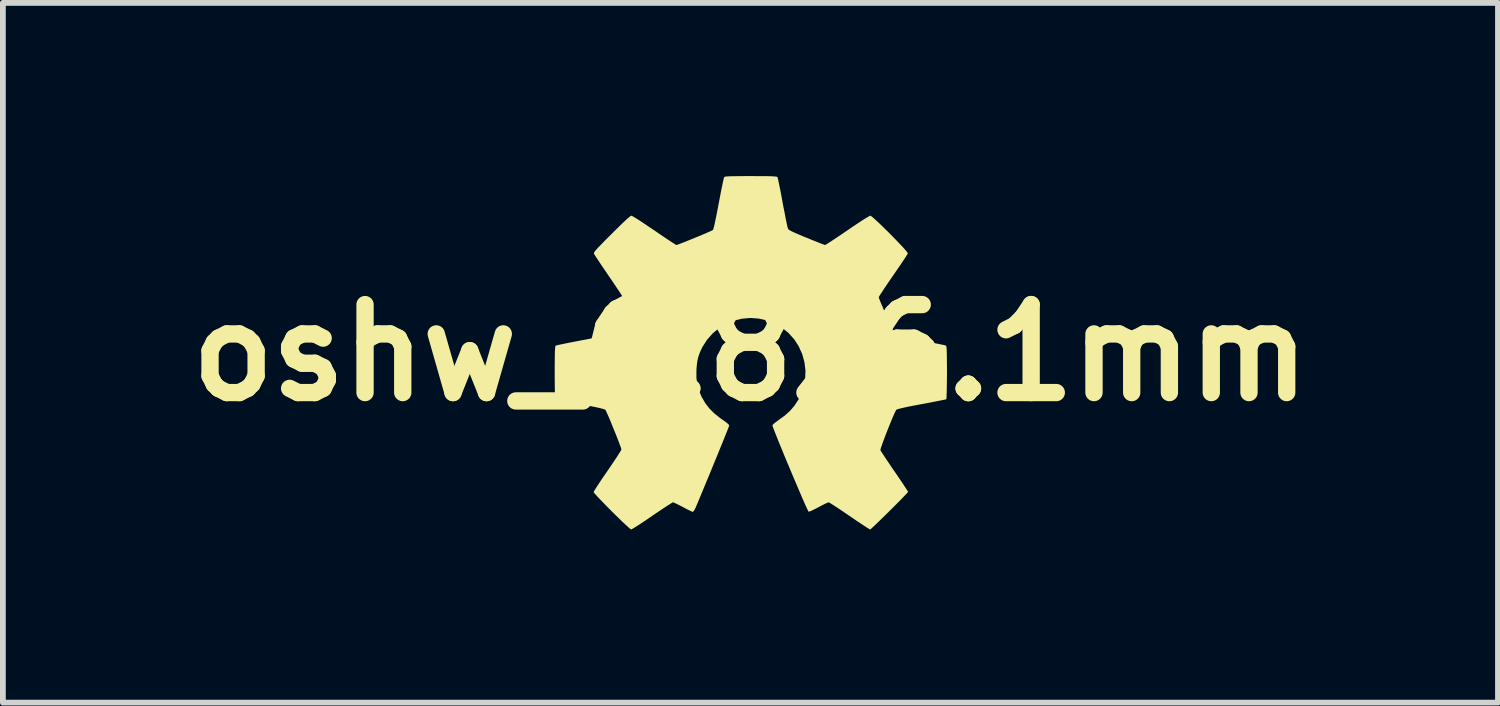
<source format=kicad_pcb>
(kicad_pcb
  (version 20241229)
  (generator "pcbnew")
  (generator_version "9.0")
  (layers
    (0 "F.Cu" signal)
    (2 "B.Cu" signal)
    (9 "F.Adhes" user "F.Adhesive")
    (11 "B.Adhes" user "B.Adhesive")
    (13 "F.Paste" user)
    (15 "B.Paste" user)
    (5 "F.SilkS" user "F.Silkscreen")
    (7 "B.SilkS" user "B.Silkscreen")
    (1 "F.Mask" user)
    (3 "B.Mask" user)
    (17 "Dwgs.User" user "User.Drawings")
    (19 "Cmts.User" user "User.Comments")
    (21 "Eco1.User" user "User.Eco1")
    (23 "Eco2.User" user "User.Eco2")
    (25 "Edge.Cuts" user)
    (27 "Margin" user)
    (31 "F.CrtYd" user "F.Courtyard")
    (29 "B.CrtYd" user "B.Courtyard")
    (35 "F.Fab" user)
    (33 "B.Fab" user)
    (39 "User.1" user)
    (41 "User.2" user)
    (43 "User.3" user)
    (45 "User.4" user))
  (footprint "oshw_6.8x6.1mm"
    (layer "F.Cu")
    (at 9.95 3.061)
    (property "Reference" "oshw_6.8x6.1mm" (at 0 0 0) (layer "F.SilkS") (effects (font (size 1.524 1.524) (thickness 0.3))))
    (attr through_hole)
    (fp_poly (pts (xy 0.132 -3.06) (xy 0.234 -3.06) (xy 0.315 -3.059) (xy 0.377 -3.057) (xy 0.42 -3.054) (xy 0.449 -3.051) (xy 0.464 -3.047) (xy 0.467 -3.045) (xy 0.472 -3.029) (xy 0.481 -2.991) (xy 0.493 -2.934) (xy 0.508 -2.861) (xy 0.525 -2.776) (xy 0.543 -2.68) (xy 0.557 -2.603) (xy 0.576 -2.502) (xy 0.595 -2.407) (xy 0.611 -2.322) (xy 0.626 -2.25) (xy 0.638 -2.195) (xy 0.647 -2.159) (xy 0.651 -2.148) (xy 0.661 -2.136) (xy 0.682 -2.121) (xy 0.716 -2.103) (xy 0.765 -2.08) (xy 0.832 -2.051) (xy 0.919 -2.014) (xy 0.972 -1.993) (xy 1.054 -1.959) (xy 1.13 -1.929) (xy 1.195 -1.903) (xy 1.246 -1.883) (xy 1.28 -1.871) (xy 1.293 -1.867) (xy 1.307 -1.874) (xy 1.339 -1.894) (xy 1.388 -1.925) (xy 1.449 -1.965) (xy 1.522 -2.014) (xy 1.603 -2.069) (xy 1.68 -2.121) (xy 1.766 -2.18) (xy 1.847 -2.234) (xy 1.92 -2.282) (xy 1.982 -2.322) (xy 2.031 -2.351) (xy 2.063 -2.37) (xy 2.076 -2.375) (xy 2.092 -2.366) (xy 2.123 -2.342) (xy 2.165 -2.304) (xy 2.218 -2.256) (xy 2.277 -2.199) (xy 2.341 -2.136) (xy 2.408 -2.07) (xy 2.474 -2.003) (xy 2.537 -1.938) (xy 2.595 -1.877) (xy 2.646 -1.823) (xy 2.686 -1.778) (xy 2.713 -1.744) (xy 2.726 -1.725) (xy 2.726 -1.722) (xy 2.72 -1.71) (xy 2.708 -1.69) (xy 2.689 -1.66) (xy 2.662 -1.618) (xy 2.625 -1.563) (xy 2.577 -1.493) (xy 2.518 -1.406) (xy 2.446 -1.302) (xy 2.404 -1.241) (xy 2.355 -1.169) (xy 2.31 -1.102) (xy 2.273 -1.045) (xy 2.244 -1.001) (xy 2.227 -0.972) (xy 2.223 -0.961) (xy 2.227 -0.944) (xy 2.241 -0.908) (xy 2.262 -0.856) (xy 2.289 -0.793) (xy 2.319 -0.721) (xy 2.352 -0.645) (xy 2.385 -0.568) (xy 2.417 -0.495) (xy 2.447 -0.429) (xy 2.472 -0.374) (xy 2.492 -0.333) (xy 2.504 -0.311) (xy 2.506 -0.308) (xy 2.522 -0.302) (xy 2.56 -0.292) (xy 2.617 -0.279) (xy 2.689 -0.264) (xy 2.775 -0.246) (xy 2.871 -0.228) (xy 2.947 -0.214) (xy 3.048 -0.195) (xy 3.141 -0.177) (xy 3.224 -0.16) (xy 3.293 -0.146) (xy 3.345 -0.135) (xy 3.378 -0.127) (xy 3.388 -0.123) (xy 3.392 -0.114) (xy 3.396 -0.092) (xy 3.399 -0.056) (xy 3.401 -0.003) (xy 3.402 0.068) (xy 3.403 0.159) (xy 3.404 0.273) (xy 3.404 0.344) (xy 3.403 0.449) (xy 3.402 0.546) (xy 3.401 0.631) (xy 3.399 0.703) (xy 3.397 0.758) (xy 3.395 0.793) (xy 3.393 0.805) (xy 3.378 0.809) (xy 3.341 0.817) (xy 3.286 0.828) (xy 3.214 0.842) (xy 3.129 0.859) (xy 3.035 0.877) (xy 2.964 0.89) (xy 2.836 0.914) (xy 2.732 0.934) (xy 2.651 0.952) (xy 2.591 0.966) (xy 2.551 0.977) (xy 2.529 0.986) (xy 2.526 0.988) (xy 2.515 1.007) (xy 2.497 1.045) (xy 2.473 1.098) (xy 2.445 1.164) (xy 2.415 1.238) (xy 2.383 1.317) (xy 2.352 1.396) (xy 2.323 1.473) (xy 2.296 1.544) (xy 2.275 1.604) (xy 2.259 1.65) (xy 2.252 1.679) (xy 2.251 1.686) (xy 2.259 1.702) (xy 2.281 1.735) (xy 2.313 1.785) (xy 2.354 1.847) (xy 2.403 1.919) (xy 2.457 2) (xy 2.494 2.053) (xy 2.551 2.136) (xy 2.603 2.213) (xy 2.648 2.28) (xy 2.685 2.336) (xy 2.712 2.378) (xy 2.728 2.403) (xy 2.731 2.409) (xy 2.722 2.421) (xy 2.697 2.448) (xy 2.659 2.488) (xy 2.611 2.538) (xy 2.554 2.596) (xy 2.491 2.659) (xy 2.425 2.725) (xy 2.358 2.791) (xy 2.292 2.856) (xy 2.231 2.915) (xy 2.176 2.968) (xy 2.131 3.011) (xy 2.097 3.042) (xy 2.077 3.059) (xy 2.073 3.061) (xy 2.059 3.054) (xy 2.027 3.034) (xy 1.979 3.003) (xy 1.918 2.963) (xy 1.846 2.915) (xy 1.767 2.861) (xy 1.715 2.826) (xy 1.632 2.769) (xy 1.555 2.717) (xy 1.487 2.672) (xy 1.43 2.635) (xy 1.387 2.608) (xy 1.361 2.593) (xy 1.354 2.591) (xy 1.336 2.597) (xy 1.301 2.612) (xy 1.253 2.636) (xy 1.197 2.665) (xy 1.181 2.674) (xy 1.123 2.704) (xy 1.072 2.729) (xy 1.033 2.746) (xy 1.01 2.753) (xy 1.008 2.753) (xy 1 2.741) (xy 0.984 2.708) (xy 0.96 2.657) (xy 0.93 2.589) (xy 0.894 2.507) (xy 0.854 2.413) (xy 0.81 2.311) (xy 0.764 2.202) (xy 0.716 2.089) (xy 0.668 1.974) (xy 0.62 1.86) (xy 0.574 1.749) (xy 0.531 1.643) (xy 0.491 1.546) (xy 0.456 1.458) (xy 0.426 1.384) (xy 0.403 1.324) (xy 0.388 1.283) (xy 0.381 1.261) (xy 0.381 1.259) (xy 0.391 1.242) (xy 0.42 1.216) (xy 0.463 1.184) (xy 0.483 1.169) (xy 0.596 1.087) (xy 0.689 1.003) (xy 0.765 0.913) (xy 0.831 0.811) (xy 0.87 0.735) (xy 0.92 0.599) (xy 0.948 0.457) (xy 0.953 0.311) (xy 0.936 0.166) (xy 0.897 0.024) (xy 0.836 -0.112) (xy 0.758 -0.233) (xy 0.658 -0.344) (xy 0.544 -0.436) (xy 0.417 -0.509) (xy 0.282 -0.561) (xy 0.14 -0.593) (xy -0.005 -0.603) (xy -0.151 -0.59) (xy -0.295 -0.555) (xy -0.413 -0.507) (xy -0.538 -0.432) (xy -0.652 -0.338) (xy -0.75 -0.228) (xy -0.828 -0.107) (xy -0.831 -0.102) (xy -0.873 -0.014) (xy -0.902 0.065) (xy -0.921 0.147) (xy -0.932 0.238) (xy -0.936 0.305) (xy -0.936 0.434) (xy -0.922 0.548) (xy -0.893 0.655) (xy -0.847 0.761) (xy -0.845 0.765) (xy -0.784 0.871) (xy -0.713 0.964) (xy -0.628 1.049) (xy -0.525 1.131) (xy -0.469 1.17) (xy -0.423 1.203) (xy -0.389 1.232) (xy -0.37 1.253) (xy -0.368 1.259) (xy -0.373 1.274) (xy -0.387 1.312) (xy -0.41 1.37) (xy -0.441 1.447) (xy -0.479 1.542) (xy -0.525 1.654) (xy -0.576 1.78) (xy -0.634 1.92) (xy -0.696 2.073) (xy -0.764 2.236) (xy -0.835 2.408) (xy -0.91 2.588) (xy -0.939 2.657) (xy -0.961 2.706) (xy -0.981 2.74) (xy -0.996 2.755) (xy -0.998 2.756) (xy -1.016 2.75) (xy -1.051 2.734) (xy -1.098 2.711) (xy -1.154 2.681) (xy -1.169 2.673) (xy -1.227 2.643) (xy -1.278 2.618) (xy -1.317 2.6) (xy -1.339 2.591) (xy -1.342 2.591) (xy -1.357 2.598) (xy -1.39 2.618) (xy -1.438 2.648) (xy -1.5 2.689) (xy -1.572 2.737) (xy -1.652 2.791) (xy -1.703 2.826) (xy -1.786 2.883) (xy -1.863 2.934) (xy -1.932 2.98) (xy -1.989 3.016) (xy -2.033 3.043) (xy -2.059 3.058) (xy -2.066 3.061) (xy -2.08 3.052) (xy -2.11 3.027) (xy -2.153 2.988) (xy -2.207 2.938) (xy -2.27 2.877) (xy -2.34 2.809) (xy -2.403 2.746) (xy -2.477 2.672) (xy -2.544 2.603) (xy -2.603 2.542) (xy -2.652 2.49) (xy -2.689 2.449) (xy -2.711 2.423) (xy -2.717 2.413) (xy -2.71 2.398) (xy -2.69 2.365) (xy -2.659 2.317) (xy -2.619 2.255) (xy -2.571 2.183) (xy -2.516 2.103) (xy -2.476 2.045) (xy -2.419 1.961) (xy -2.366 1.883) (xy -2.32 1.814) (xy -2.283 1.756) (xy -2.255 1.712) (xy -2.239 1.684) (xy -2.235 1.676) (xy -2.24 1.658) (xy -2.253 1.62) (xy -2.273 1.566) (xy -2.298 1.5) (xy -2.327 1.426) (xy -2.359 1.347) (xy -2.391 1.268) (xy -2.422 1.192) (xy -2.451 1.122) (xy -2.477 1.064) (xy -2.497 1.019) (xy -2.51 0.993) (xy -2.513 0.988) (xy -2.529 0.98) (xy -2.563 0.97) (xy -2.616 0.956) (xy -2.69 0.94) (xy -2.787 0.921) (xy -2.907 0.898) (xy -2.951 0.89) (xy -3.051 0.871) (xy -3.143 0.854) (xy -3.224 0.838) (xy -3.292 0.825) (xy -3.342 0.814) (xy -3.372 0.808) (xy -3.38 0.805) (xy -3.382 0.792) (xy -3.385 0.755) (xy -3.387 0.699) (xy -3.389 0.627) (xy -3.39 0.54) (xy -3.391 0.443) (xy -3.391 0.344) (xy -3.391 0.217) (xy -3.39 0.114) (xy -3.389 0.032) (xy -3.387 -0.03) (xy -3.385 -0.075) (xy -3.381 -0.104) (xy -3.377 -0.12) (xy -3.375 -0.123) (xy -3.359 -0.128) (xy -3.321 -0.137) (xy -3.264 -0.149) (xy -3.192 -0.164) (xy -3.106 -0.181) (xy -3.01 -0.199) (xy -2.934 -0.214) (xy -2.833 -0.233) (xy -2.74 -0.251) (xy -2.657 -0.268) (xy -2.588 -0.283) (xy -2.535 -0.295) (xy -2.503 -0.304) (xy -2.493 -0.308) (xy -2.484 -0.324) (xy -2.467 -0.359) (xy -2.443 -0.41) (xy -2.415 -0.472) (xy -2.383 -0.544) (xy -2.35 -0.619) (xy -2.317 -0.696) (xy -2.286 -0.769) (xy -2.258 -0.835) (xy -2.235 -0.891) (xy -2.218 -0.933) (xy -2.21 -0.956) (xy -2.21 -0.96) (xy -2.217 -0.973) (xy -2.236 -1.005) (xy -2.267 -1.053) (xy -2.308 -1.114) (xy -2.356 -1.186) (xy -2.41 -1.266) (xy -2.453 -1.328) (xy -2.511 -1.414) (xy -2.565 -1.493) (xy -2.613 -1.565) (xy -2.653 -1.625) (xy -2.684 -1.672) (xy -2.703 -1.702) (xy -2.709 -1.712) (xy -2.711 -1.721) (xy -2.71 -1.731) (xy -2.703 -1.746) (xy -2.689 -1.765) (xy -2.666 -1.792) (xy -2.632 -1.829) (xy -2.586 -1.876) (xy -2.527 -1.937) (xy -2.451 -2.013) (xy -2.406 -2.058) (xy -2.306 -2.157) (xy -2.224 -2.237) (xy -2.158 -2.3) (xy -2.109 -2.343) (xy -2.077 -2.368) (xy -2.063 -2.375) (xy -2.047 -2.368) (xy -2.012 -2.348) (xy -1.962 -2.317) (xy -1.898 -2.276) (xy -1.825 -2.227) (xy -1.743 -2.172) (xy -1.667 -2.121) (xy -1.581 -2.062) (xy -1.501 -2.008) (xy -1.43 -1.96) (xy -1.37 -1.921) (xy -1.324 -1.891) (xy -1.294 -1.872) (xy -1.283 -1.867) (xy -1.266 -1.872) (xy -1.229 -1.885) (xy -1.177 -1.905) (xy -1.113 -1.93) (xy -1.042 -1.959) (xy -0.966 -1.99) (xy -0.891 -2.021) (xy -0.819 -2.051) (xy -0.756 -2.078) (xy -0.703 -2.101) (xy -0.667 -2.118) (xy -0.65 -2.127) (xy -0.649 -2.128) (xy -0.643 -2.144) (xy -0.632 -2.183) (xy -0.618 -2.243) (xy -0.602 -2.321) (xy -0.583 -2.414) (xy -0.562 -2.521) (xy -0.55 -2.586) (xy -0.53 -2.69) (xy -0.512 -2.785) (xy -0.495 -2.87) (xy -0.48 -2.942) (xy -0.468 -2.996) (xy -0.459 -3.032) (xy -0.454 -3.045) (xy -0.445 -3.049) (xy -0.423 -3.053) (xy -0.386 -3.056) (xy -0.332 -3.058) (xy -0.26 -3.059) (xy -0.168 -3.06) (xy -0.053 -3.061) (xy 0.006 -3.061) (xy 0.132 -3.06)) (stroke (width 0) (type solid)) (fill yes) (layer "F.SilkS")))
  (gr_rect
    (start -3 -3)
    (end 22.899 9.121)
    (stroke (width 0.1) (type default))
    (fill no)
    (layer "Edge.Cuts")))
</source>
